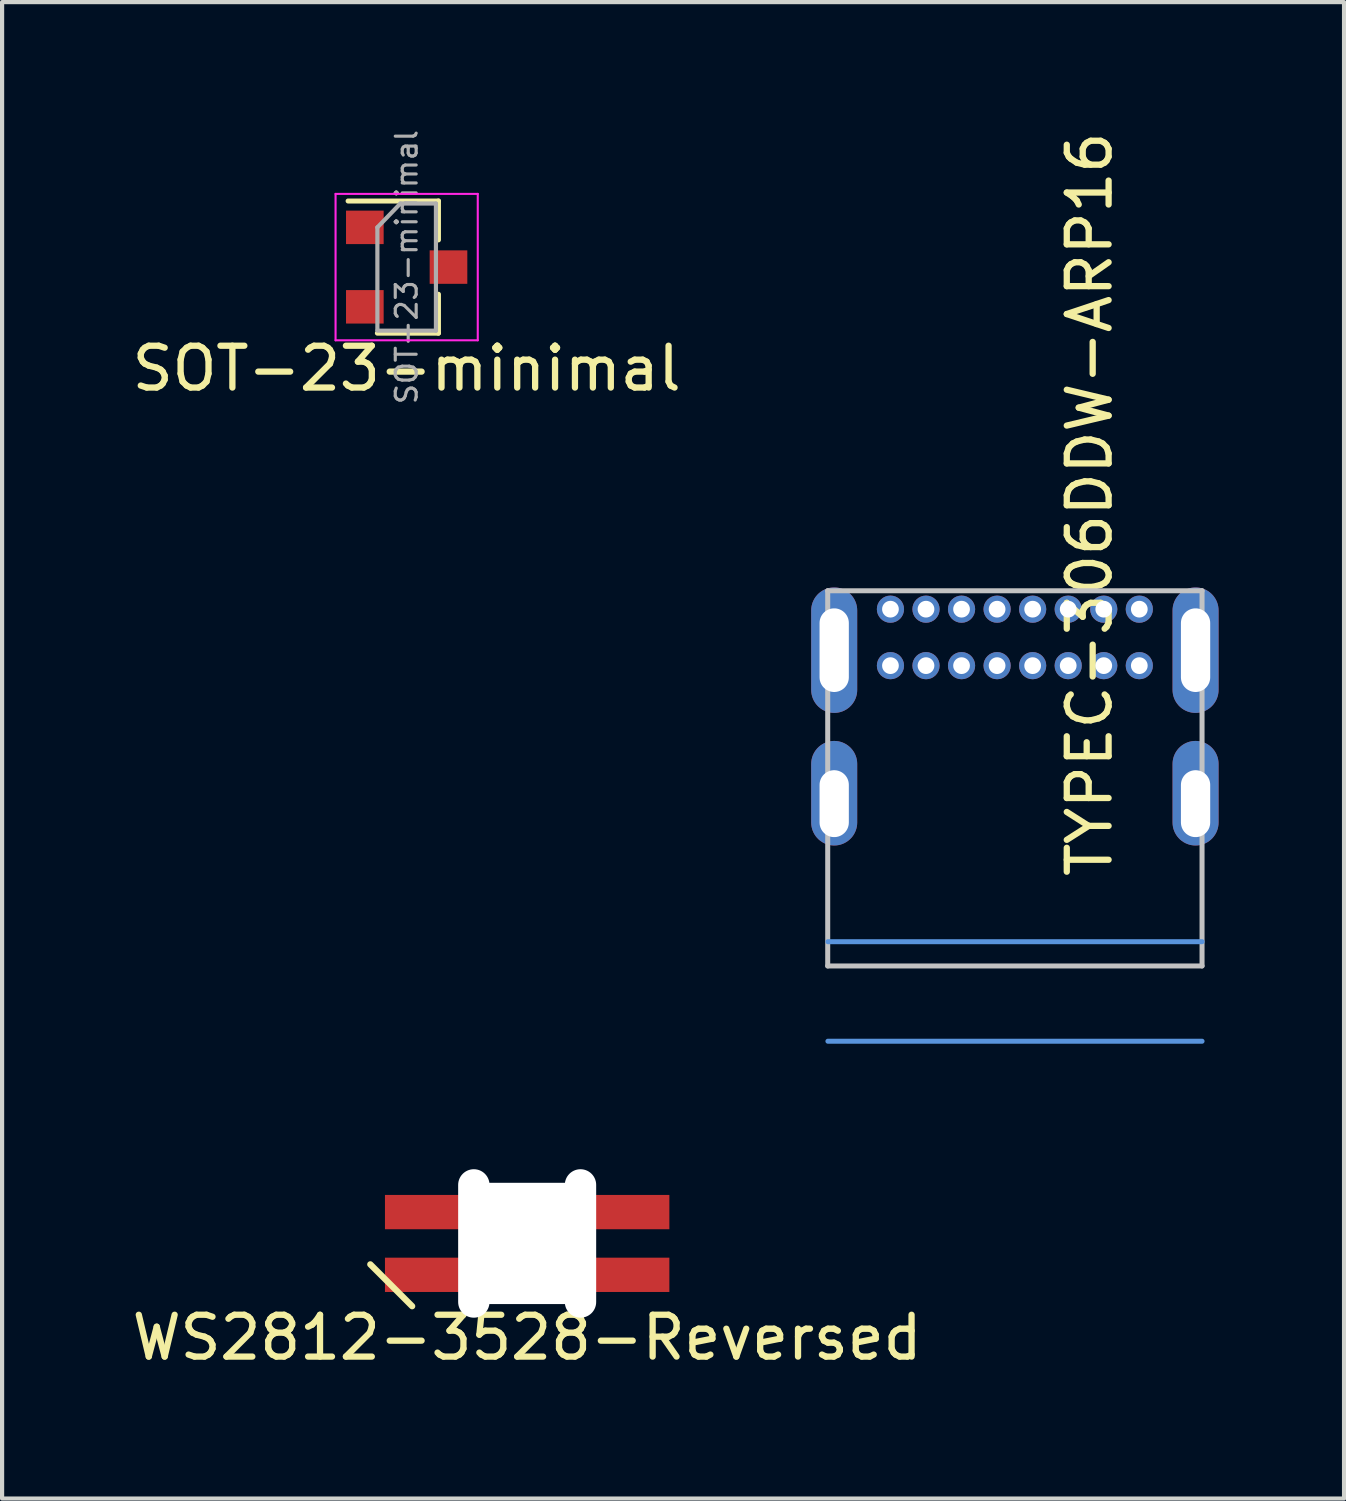
<source format=kicad_pcb>
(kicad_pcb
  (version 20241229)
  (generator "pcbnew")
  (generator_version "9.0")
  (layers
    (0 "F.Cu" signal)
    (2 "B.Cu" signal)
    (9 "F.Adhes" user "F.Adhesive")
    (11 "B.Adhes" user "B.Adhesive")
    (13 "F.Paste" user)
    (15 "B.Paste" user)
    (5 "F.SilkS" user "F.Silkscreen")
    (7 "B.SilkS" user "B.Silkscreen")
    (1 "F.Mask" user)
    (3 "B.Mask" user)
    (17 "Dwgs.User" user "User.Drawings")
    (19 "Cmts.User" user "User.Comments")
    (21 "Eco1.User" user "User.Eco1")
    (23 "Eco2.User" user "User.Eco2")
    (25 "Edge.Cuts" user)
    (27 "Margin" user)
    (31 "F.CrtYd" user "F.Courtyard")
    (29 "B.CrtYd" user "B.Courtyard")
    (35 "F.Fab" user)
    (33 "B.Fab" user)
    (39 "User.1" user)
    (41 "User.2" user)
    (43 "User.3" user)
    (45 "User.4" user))
  (footprint "SOT-23-minimal"
    (layer "F.Cu")
    (at 6.673 3.336)
    (property "Reference" "SOT-23-minimal" (at 0 2.425 0) (layer "F.SilkS") (effects (font (size 1 1) (thickness 0.15))))
    (attr smd)
    (fp_line (start 0.76 -1.58) (end -1.4 -1.58) (stroke (width 0.12) (type solid)) (layer "F.SilkS"))
    (fp_line (start 0.76 -1.58) (end 0.76 -0.65) (stroke (width 0.12) (type solid)) (layer "F.SilkS"))
    (fp_line (start 0.76 1.58) (end -0.7 1.58) (stroke (width 0.12) (type solid)) (layer "F.SilkS"))
    (fp_line (start 0.76 1.58) (end 0.76 0.65) (stroke (width 0.12) (type solid)) (layer "F.SilkS"))
    (fp_line (start -1.7 -1.75) (end 1.7 -1.75) (stroke (width 0.05) (type solid)) (layer "F.CrtYd"))
    (fp_line (start -1.7 1.75) (end -1.7 -1.75) (stroke (width 0.05) (type solid)) (layer "F.CrtYd"))
    (fp_line (start 1.7 -1.75) (end 1.7 1.75) (stroke (width 0.05) (type solid)) (layer "F.CrtYd"))
    (fp_line (start 1.7 1.75) (end -1.7 1.75) (stroke (width 0.05) (type solid)) (layer "F.CrtYd"))
    (fp_line (start -0.7 -0.95) (end -0.7 1.5) (stroke (width 0.1) (type solid)) (layer "F.Fab"))
    (fp_line (start -0.7 -0.95) (end -0.15 -1.52) (stroke (width 0.1) (type solid)) (layer "F.Fab"))
    (fp_line (start -0.7 1.52) (end 0.7 1.52) (stroke (width 0.1) (type solid)) (layer "F.Fab"))
    (fp_line (start -0.15 -1.52) (end 0.7 -1.52) (stroke (width 0.1) (type solid)) (layer "F.Fab"))
    (fp_line (start 0.7 -1.52) (end 0.7 1.52) (stroke (width 0.1) (type solid)) (layer "F.Fab"))
    (fp_text user "${REFERENCE}" (at 0 0 90) (layer "F.Fab") (effects (font (size 0.5 0.5) (thickness 0.075))))
    (pad "1" smd rect (at -1 -0.95 180) (size 0.9 0.8) (layers "F.Cu" "F.Mask" "F.Paste"))
    (pad "2" smd rect (at -1 0.95 180) (size 0.9 0.8) (layers "F.Cu" "F.Mask" "F.Paste"))
    (pad "3" smd rect (at 1 0 180) (size 0.9 0.8) (layers "F.Cu" "F.Mask" "F.Paste")))
  (footprint "WS2812-3528-Reversed"
    (layer "F.Cu")
    (at 9.554 26.68)
    (property "Reference" "WS2812-3528-Reversed" (at 0 2.25 0) (layer "F.SilkS") (effects (font (size 1 1) (thickness 0.15))))
    (attr smd)
    (fp_line (start -2.75 1.5) (end -3.75 0.5) (stroke (width 0.15) (type solid)) (layer "F.SilkS"))
    (pad "" np_thru_hole oval (at -1.275 0 270) (size 3.55 0.75) (drill oval 3.55 0.75) (layers "*.Cu" "*.Mask"))
    (pad "" np_thru_hole oval (at 0 -1.087 180) (size 3.2 0.725) (drill oval 3.2 0.725) (layers "*.Cu" "*.Mask"))
    (pad "" np_thru_hole circle (at 0 0 180) (size 2 2) (drill 2) (layers "*.Cu" "*.Mask"))
    (pad "" np_thru_hole circle (at 0 0 180) (size 2.5 2.5) (drill 2.5) (layers "*.Cu" "*.Mask"))
    (pad "" np_thru_hole oval (at 0 0 180) (size 3.2 0.725) (drill oval 3.2 0.725) (layers "*.Cu" "*.Mask"))
    (pad "" np_thru_hole oval (at 0 0 180) (size 3.2 0.725) (drill oval 3.2 0.725) (layers "*.Cu" "*.Mask"))
    (pad "" np_thru_hole oval (at 0 1.087 180) (size 3.2 0.725) (drill oval 3.2 0.725) (layers "*.Cu" "*.Mask"))
    (pad "" np_thru_hole oval (at 1.275 0 270) (size 3.55 0.75) (drill oval 3.55 0.75) (layers "*.Cu" "*.Mask"))
    (pad "1" smd rect (at 2.5 -0.75 180) (size 1.8 0.82) (layers "F.Cu" "F.Mask" "F.Paste"))
    (pad "2" smd rect (at 2.5 0.75 180) (size 1.8 0.82) (layers "F.Cu" "F.Mask" "F.Paste"))
    (pad "3" smd rect (at -2.5 0.75 180) (size 1.8 0.82) (layers "F.Cu" "F.Mask" "F.Paste"))
    (pad "4" smd rect (at -2.5 -0.75 180) (size 1.8 0.82) (layers "F.Cu" "F.Mask" "F.Paste")))
  (footprint "TYPEC-306DDW-ARP16"
    (layer "F.Cu")
    (at 21.215 12.865)
    (property "Reference" "TYPEC-306DDW-ARP16" (at 1.786 -3.859 90) (layer "F.SilkS") (effects (font (size 1 1) (thickness 0.15))))
    (fp_line (start -4.475 -1.79) (end 4.475 -1.79) (stroke (width 0.12) (type solid)) (layer "Dwgs.User"))
    (fp_line (start -4.475 7.18) (end -4.475 -1.79) (stroke (width 0.12) (type solid)) (layer "Dwgs.User"))
    (fp_line (start -4.475 7.18) (end 4.475 7.18) (stroke (width 0.12) (type solid)) (layer "Dwgs.User"))
    (fp_line (start 4.475 -1.79) (end 4.475 7.18) (stroke (width 0.12) (type solid)) (layer "Dwgs.User"))
    (fp_line (start -4.47 6.6) (end 4.475 6.6) (stroke (width 0.12) (type solid)) (layer "Cmts.User"))
    (fp_line (start -4.47 8.98) (end 4.475 8.98) (stroke (width 0.12) (type solid)) (layer "Cmts.User"))
    (pad "1" thru_hole circle (at -2.975 -1.35 180) (size 0.65 0.65) (drill 0.4) (layers "*.Cu" "*.Paste" "*.Mask"))
    (pad "2" thru_hole circle (at -2.125 -1.35 180) (size 0.65 0.65) (drill 0.4) (layers "*.Cu" "*.Paste" "*.Mask"))
    (pad "3" thru_hole circle (at -1.275 -1.35 180) (size 0.65 0.65) (drill 0.4) (layers "*.Cu" "*.Paste" "*.Mask"))
    (pad "4" thru_hole circle (at -0.425 -1.35 180) (size 0.65 0.65) (drill 0.4) (layers "*.Cu" "*.Paste" "*.Mask"))
    (pad "5" thru_hole circle (at 0.425 -1.35 180) (size 0.65 0.65) (drill 0.4) (layers "*.Cu" "*.Paste" "*.Mask"))
    (pad "6" thru_hole circle (at 1.275 -1.35 180) (size 0.65 0.65) (drill 0.4) (layers "*.Cu" "*.Paste" "*.Mask"))
    (pad "7" thru_hole circle (at 2.125 -1.35 180) (size 0.65 0.65) (drill 0.4) (layers "*.Cu" "*.Paste" "*.Mask"))
    (pad "8" thru_hole circle (at 2.975 -1.35 180) (size 0.65 0.65) (drill 0.4) (layers "*.Cu" "*.Paste" "*.Mask"))
    (pad "9" thru_hole circle (at -2.975 0 180) (size 0.65 0.65) (drill 0.4) (layers "*.Cu" "*.Paste" "*.Mask"))
    (pad "10" thru_hole circle (at -2.125 0 180) (size 0.65 0.65) (drill 0.4) (layers "*.Cu" "*.Paste" "*.Mask"))
    (pad "11" thru_hole circle (at -1.275 0 180) (size 0.65 0.65) (drill 0.4) (layers "*.Cu" "*.Paste" "*.Mask"))
    (pad "12" thru_hole circle (at -0.425 0 180) (size 0.65 0.65) (drill 0.4) (layers "*.Cu" "*.Paste" "*.Mask"))
    (pad "13" thru_hole circle (at 0.425 0 180) (size 0.65 0.65) (drill 0.4) (layers "*.Cu" "*.Paste" "*.Mask"))
    (pad "14" thru_hole circle (at 1.275 0 180) (size 0.65 0.65) (drill 0.4) (layers "*.Cu" "*.Paste" "*.Mask"))
    (pad "15" thru_hole circle (at 2.125 0 180) (size 0.65 0.65) (drill 0.4) (layers "*.Cu" "*.Paste" "*.Mask"))
    (pad "16" thru_hole circle (at 2.975 0 180) (size 0.65 0.65) (drill 0.4) (layers "*.Cu" "*.Paste" "*.Mask"))
    (pad "S" thru_hole oval (at -4.32 -0.37 180) (size 1.1 3) (drill oval 0.7 2) (layers "*.Cu" "*.Paste" "*.Mask"))
    (pad "S" thru_hole oval (at -4.32 3.3 180) (size 1.1 2.5) (drill oval 0.7 1.6 (offset 0 0.25)) (layers "*.Cu" "*.Paste" "*.Mask"))
    (pad "S" thru_hole oval (at 4.32 -0.37 180) (size 1.1 3) (drill oval 0.7 2) (layers "*.Cu" "*.Paste" "*.Mask"))
    (pad "S" thru_hole oval (at 4.32 3.3 180) (size 1.1 2.5) (drill oval 0.7 1.6 (offset 0 0.25)) (layers "*.Cu" "*.Paste" "*.Mask")))
  (gr_rect
    (start -3 -3)
    (end 29.085 32.779)
    (stroke (width 0.1) (type default))
    (fill no)
    (layer "Edge.Cuts")))
</source>
